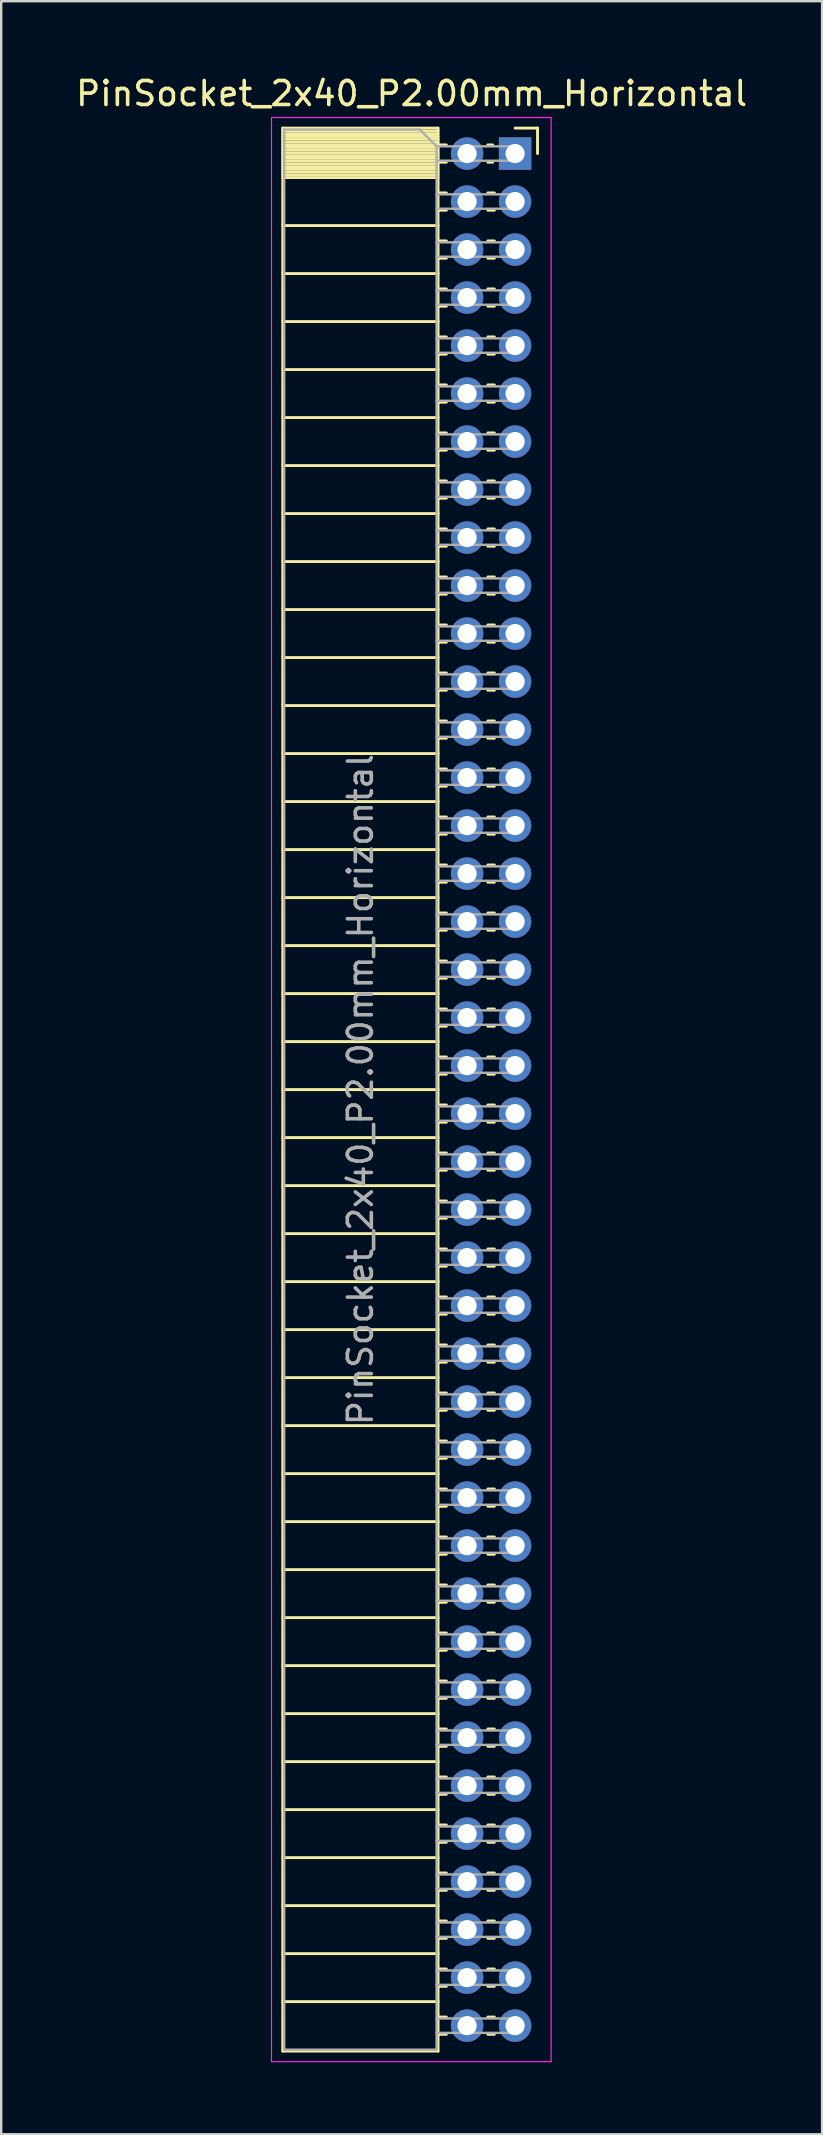
<source format=kicad_pcb>
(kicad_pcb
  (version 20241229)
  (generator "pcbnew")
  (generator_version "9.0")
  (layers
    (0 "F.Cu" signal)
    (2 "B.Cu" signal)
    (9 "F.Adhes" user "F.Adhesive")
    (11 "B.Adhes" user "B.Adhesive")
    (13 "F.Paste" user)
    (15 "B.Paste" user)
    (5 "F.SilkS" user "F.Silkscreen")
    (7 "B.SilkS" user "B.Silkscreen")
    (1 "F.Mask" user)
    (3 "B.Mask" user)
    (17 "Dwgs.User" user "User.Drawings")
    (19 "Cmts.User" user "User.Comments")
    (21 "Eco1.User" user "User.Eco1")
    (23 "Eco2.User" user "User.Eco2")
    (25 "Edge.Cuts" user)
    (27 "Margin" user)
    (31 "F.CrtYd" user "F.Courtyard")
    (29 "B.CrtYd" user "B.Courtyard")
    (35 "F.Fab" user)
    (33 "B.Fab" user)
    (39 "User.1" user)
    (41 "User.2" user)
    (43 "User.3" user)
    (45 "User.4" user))
  (footprint "PinSocket_2x40_P2.00mm_Horizontal"
    (layer "F.Cu")
    (at 18.411 3.348)
    (property "Reference" "PinSocket_2x40_P2.00mm_Horizontal" (at -4.31 -2.5 0) (layer "F.SilkS") (effects (font (size 1 1) (thickness 0.15))))
    (attr through_hole)
    (fp_line (start -9.68 -1.06) (end -9.68 79.06) (stroke (width 0.12) (type solid)) (layer "F.SilkS"))
    (fp_line (start -9.68 -1.06) (end -3.21 -1.06) (stroke (width 0.12) (type solid)) (layer "F.SilkS"))
    (fp_line (start -9.68 -0.94) (end -3.21 -0.94) (stroke (width 0.12) (type solid)) (layer "F.SilkS"))
    (fp_line (start -9.68 -0.826) (end -3.21 -0.826) (stroke (width 0.12) (type solid)) (layer "F.SilkS"))
    (fp_line (start -9.68 -0.712) (end -3.21 -0.712) (stroke (width 0.12) (type solid)) (layer "F.SilkS"))
    (fp_line (start -9.68 -0.598) (end -3.21 -0.598) (stroke (width 0.12) (type solid)) (layer "F.SilkS"))
    (fp_line (start -9.68 -0.484) (end -3.21 -0.484) (stroke (width 0.12) (type solid)) (layer "F.SilkS"))
    (fp_line (start -9.68 -0.369) (end -3.21 -0.369) (stroke (width 0.12) (type solid)) (layer "F.SilkS"))
    (fp_line (start -9.68 -0.255) (end -3.21 -0.255) (stroke (width 0.12) (type solid)) (layer "F.SilkS"))
    (fp_line (start -9.68 -0.141) (end -3.21 -0.141) (stroke (width 0.12) (type solid)) (layer "F.SilkS"))
    (fp_line (start -9.68 -0.027) (end -3.21 -0.027) (stroke (width 0.12) (type solid)) (layer "F.SilkS"))
    (fp_line (start -9.68 0.087) (end -3.21 0.087) (stroke (width 0.12) (type solid)) (layer "F.SilkS"))
    (fp_line (start -9.68 0.201) (end -3.21 0.201) (stroke (width 0.12) (type solid)) (layer "F.SilkS"))
    (fp_line (start -9.68 0.315) (end -3.21 0.315) (stroke (width 0.12) (type solid)) (layer "F.SilkS"))
    (fp_line (start -9.68 0.429) (end -3.21 0.429) (stroke (width 0.12) (type solid)) (layer "F.SilkS"))
    (fp_line (start -9.68 0.544) (end -3.21 0.544) (stroke (width 0.12) (type solid)) (layer "F.SilkS"))
    (fp_line (start -9.68 0.658) (end -3.21 0.658) (stroke (width 0.12) (type solid)) (layer "F.SilkS"))
    (fp_line (start -9.68 0.772) (end -3.21 0.772) (stroke (width 0.12) (type solid)) (layer "F.SilkS"))
    (fp_line (start -9.68 0.886) (end -3.21 0.886) (stroke (width 0.12) (type solid)) (layer "F.SilkS"))
    (fp_line (start -9.68 1) (end -3.21 1) (stroke (width 0.12) (type solid)) (layer "F.SilkS"))
    (fp_line (start -9.68 3) (end -3.21 3) (stroke (width 0.12) (type solid)) (layer "F.SilkS"))
    (fp_line (start -9.68 5) (end -3.21 5) (stroke (width 0.12) (type solid)) (layer "F.SilkS"))
    (fp_line (start -9.68 7) (end -3.21 7) (stroke (width 0.12) (type solid)) (layer "F.SilkS"))
    (fp_line (start -9.68 9) (end -3.21 9) (stroke (width 0.12) (type solid)) (layer "F.SilkS"))
    (fp_line (start -9.68 11) (end -3.21 11) (stroke (width 0.12) (type solid)) (layer "F.SilkS"))
    (fp_line (start -9.68 13) (end -3.21 13) (stroke (width 0.12) (type solid)) (layer "F.SilkS"))
    (fp_line (start -9.68 15) (end -3.21 15) (stroke (width 0.12) (type solid)) (layer "F.SilkS"))
    (fp_line (start -9.68 17) (end -3.21 17) (stroke (width 0.12) (type solid)) (layer "F.SilkS"))
    (fp_line (start -9.68 19) (end -3.21 19) (stroke (width 0.12) (type solid)) (layer "F.SilkS"))
    (fp_line (start -9.68 21) (end -3.21 21) (stroke (width 0.12) (type solid)) (layer "F.SilkS"))
    (fp_line (start -9.68 23) (end -3.21 23) (stroke (width 0.12) (type solid)) (layer "F.SilkS"))
    (fp_line (start -9.68 25) (end -3.21 25) (stroke (width 0.12) (type solid)) (layer "F.SilkS"))
    (fp_line (start -9.68 27) (end -3.21 27) (stroke (width 0.12) (type solid)) (layer "F.SilkS"))
    (fp_line (start -9.68 29) (end -3.21 29) (stroke (width 0.12) (type solid)) (layer "F.SilkS"))
    (fp_line (start -9.68 31) (end -3.21 31) (stroke (width 0.12) (type solid)) (layer "F.SilkS"))
    (fp_line (start -9.68 33) (end -3.21 33) (stroke (width 0.12) (type solid)) (layer "F.SilkS"))
    (fp_line (start -9.68 35) (end -3.21 35) (stroke (width 0.12) (type solid)) (layer "F.SilkS"))
    (fp_line (start -9.68 37) (end -3.21 37) (stroke (width 0.12) (type solid)) (layer "F.SilkS"))
    (fp_line (start -9.68 39) (end -3.21 39) (stroke (width 0.12) (type solid)) (layer "F.SilkS"))
    (fp_line (start -9.68 41) (end -3.21 41) (stroke (width 0.12) (type solid)) (layer "F.SilkS"))
    (fp_line (start -9.68 43) (end -3.21 43) (stroke (width 0.12) (type solid)) (layer "F.SilkS"))
    (fp_line (start -9.68 45) (end -3.21 45) (stroke (width 0.12) (type solid)) (layer "F.SilkS"))
    (fp_line (start -9.68 47) (end -3.21 47) (stroke (width 0.12) (type solid)) (layer "F.SilkS"))
    (fp_line (start -9.68 49) (end -3.21 49) (stroke (width 0.12) (type solid)) (layer "F.SilkS"))
    (fp_line (start -9.68 51) (end -3.21 51) (stroke (width 0.12) (type solid)) (layer "F.SilkS"))
    (fp_line (start -9.68 53) (end -3.21 53) (stroke (width 0.12) (type solid)) (layer "F.SilkS"))
    (fp_line (start -9.68 55) (end -3.21 55) (stroke (width 0.12) (type solid)) (layer "F.SilkS"))
    (fp_line (start -9.68 57) (end -3.21 57) (stroke (width 0.12) (type solid)) (layer "F.SilkS"))
    (fp_line (start -9.68 59) (end -3.21 59) (stroke (width 0.12) (type solid)) (layer "F.SilkS"))
    (fp_line (start -9.68 61) (end -3.21 61) (stroke (width 0.12) (type solid)) (layer "F.SilkS"))
    (fp_line (start -9.68 63) (end -3.21 63) (stroke (width 0.12) (type solid)) (layer "F.SilkS"))
    (fp_line (start -9.68 65) (end -3.21 65) (stroke (width 0.12) (type solid)) (layer "F.SilkS"))
    (fp_line (start -9.68 67) (end -3.21 67) (stroke (width 0.12) (type solid)) (layer "F.SilkS"))
    (fp_line (start -9.68 69) (end -3.21 69) (stroke (width 0.12) (type solid)) (layer "F.SilkS"))
    (fp_line (start -9.68 71) (end -3.21 71) (stroke (width 0.12) (type solid)) (layer "F.SilkS"))
    (fp_line (start -9.68 73) (end -3.21 73) (stroke (width 0.12) (type solid)) (layer "F.SilkS"))
    (fp_line (start -9.68 75) (end -3.21 75) (stroke (width 0.12) (type solid)) (layer "F.SilkS"))
    (fp_line (start -9.68 77) (end -3.21 77) (stroke (width 0.12) (type solid)) (layer "F.SilkS"))
    (fp_line (start -9.68 79.06) (end -3.21 79.06) (stroke (width 0.12) (type solid)) (layer "F.SilkS"))
    (fp_line (start -3.21 -1.06) (end -3.21 79.06) (stroke (width 0.12) (type solid)) (layer "F.SilkS"))
    (fp_line (start -3.21 -0.36) (end -2.863 -0.36) (stroke (width 0.12) (type solid)) (layer "F.SilkS"))
    (fp_line (start -3.21 0.36) (end -2.863 0.36) (stroke (width 0.12) (type solid)) (layer "F.SilkS"))
    (fp_line (start -3.21 1.64) (end -2.863 1.64) (stroke (width 0.12) (type solid)) (layer "F.SilkS"))
    (fp_line (start -3.21 2.36) (end -2.863 2.36) (stroke (width 0.12) (type solid)) (layer "F.SilkS"))
    (fp_line (start -3.21 3.64) (end -2.863 3.64) (stroke (width 0.12) (type solid)) (layer "F.SilkS"))
    (fp_line (start -3.21 4.36) (end -2.863 4.36) (stroke (width 0.12) (type solid)) (layer "F.SilkS"))
    (fp_line (start -3.21 5.64) (end -2.863 5.64) (stroke (width 0.12) (type solid)) (layer "F.SilkS"))
    (fp_line (start -3.21 6.36) (end -2.863 6.36) (stroke (width 0.12) (type solid)) (layer "F.SilkS"))
    (fp_line (start -3.21 7.64) (end -2.863 7.64) (stroke (width 0.12) (type solid)) (layer "F.SilkS"))
    (fp_line (start -3.21 8.36) (end -2.863 8.36) (stroke (width 0.12) (type solid)) (layer "F.SilkS"))
    (fp_line (start -3.21 9.64) (end -2.863 9.64) (stroke (width 0.12) (type solid)) (layer "F.SilkS"))
    (fp_line (start -3.21 10.36) (end -2.863 10.36) (stroke (width 0.12) (type solid)) (layer "F.SilkS"))
    (fp_line (start -3.21 11.64) (end -2.863 11.64) (stroke (width 0.12) (type solid)) (layer "F.SilkS"))
    (fp_line (start -3.21 12.36) (end -2.863 12.36) (stroke (width 0.12) (type solid)) (layer "F.SilkS"))
    (fp_line (start -3.21 13.64) (end -2.863 13.64) (stroke (width 0.12) (type solid)) (layer "F.SilkS"))
    (fp_line (start -3.21 14.36) (end -2.863 14.36) (stroke (width 0.12) (type solid)) (layer "F.SilkS"))
    (fp_line (start -3.21 15.64) (end -2.863 15.64) (stroke (width 0.12) (type solid)) (layer "F.SilkS"))
    (fp_line (start -3.21 16.36) (end -2.863 16.36) (stroke (width 0.12) (type solid)) (layer "F.SilkS"))
    (fp_line (start -3.21 17.64) (end -2.863 17.64) (stroke (width 0.12) (type solid)) (layer "F.SilkS"))
    (fp_line (start -3.21 18.36) (end -2.863 18.36) (stroke (width 0.12) (type solid)) (layer "F.SilkS"))
    (fp_line (start -3.21 19.64) (end -2.863 19.64) (stroke (width 0.12) (type solid)) (layer "F.SilkS"))
    (fp_line (start -3.21 20.36) (end -2.863 20.36) (stroke (width 0.12) (type solid)) (layer "F.SilkS"))
    (fp_line (start -3.21 21.64) (end -2.863 21.64) (stroke (width 0.12) (type solid)) (layer "F.SilkS"))
    (fp_line (start -3.21 22.36) (end -2.863 22.36) (stroke (width 0.12) (type solid)) (layer "F.SilkS"))
    (fp_line (start -3.21 23.64) (end -2.863 23.64) (stroke (width 0.12) (type solid)) (layer "F.SilkS"))
    (fp_line (start -3.21 24.36) (end -2.863 24.36) (stroke (width 0.12) (type solid)) (layer "F.SilkS"))
    (fp_line (start -3.21 25.64) (end -2.863 25.64) (stroke (width 0.12) (type solid)) (layer "F.SilkS"))
    (fp_line (start -3.21 26.36) (end -2.863 26.36) (stroke (width 0.12) (type solid)) (layer "F.SilkS"))
    (fp_line (start -3.21 27.64) (end -2.863 27.64) (stroke (width 0.12) (type solid)) (layer "F.SilkS"))
    (fp_line (start -3.21 28.36) (end -2.863 28.36) (stroke (width 0.12) (type solid)) (layer "F.SilkS"))
    (fp_line (start -3.21 29.64) (end -2.863 29.64) (stroke (width 0.12) (type solid)) (layer "F.SilkS"))
    (fp_line (start -3.21 30.36) (end -2.863 30.36) (stroke (width 0.12) (type solid)) (layer "F.SilkS"))
    (fp_line (start -3.21 31.64) (end -2.863 31.64) (stroke (width 0.12) (type solid)) (layer "F.SilkS"))
    (fp_line (start -3.21 32.36) (end -2.863 32.36) (stroke (width 0.12) (type solid)) (layer "F.SilkS"))
    (fp_line (start -3.21 33.64) (end -2.863 33.64) (stroke (width 0.12) (type solid)) (layer "F.SilkS"))
    (fp_line (start -3.21 34.36) (end -2.863 34.36) (stroke (width 0.12) (type solid)) (layer "F.SilkS"))
    (fp_line (start -3.21 35.64) (end -2.863 35.64) (stroke (width 0.12) (type solid)) (layer "F.SilkS"))
    (fp_line (start -3.21 36.36) (end -2.863 36.36) (stroke (width 0.12) (type solid)) (layer "F.SilkS"))
    (fp_line (start -3.21 37.64) (end -2.863 37.64) (stroke (width 0.12) (type solid)) (layer "F.SilkS"))
    (fp_line (start -3.21 38.36) (end -2.863 38.36) (stroke (width 0.12) (type solid)) (layer "F.SilkS"))
    (fp_line (start -3.21 39.64) (end -2.863 39.64) (stroke (width 0.12) (type solid)) (layer "F.SilkS"))
    (fp_line (start -3.21 40.36) (end -2.863 40.36) (stroke (width 0.12) (type solid)) (layer "F.SilkS"))
    (fp_line (start -3.21 41.64) (end -2.863 41.64) (stroke (width 0.12) (type solid)) (layer "F.SilkS"))
    (fp_line (start -3.21 42.36) (end -2.863 42.36) (stroke (width 0.12) (type solid)) (layer "F.SilkS"))
    (fp_line (start -3.21 43.64) (end -2.863 43.64) (stroke (width 0.12) (type solid)) (layer "F.SilkS"))
    (fp_line (start -3.21 44.36) (end -2.863 44.36) (stroke (width 0.12) (type solid)) (layer "F.SilkS"))
    (fp_line (start -3.21 45.64) (end -2.863 45.64) (stroke (width 0.12) (type solid)) (layer "F.SilkS"))
    (fp_line (start -3.21 46.36) (end -2.863 46.36) (stroke (width 0.12) (type solid)) (layer "F.SilkS"))
    (fp_line (start -3.21 47.64) (end -2.863 47.64) (stroke (width 0.12) (type solid)) (layer "F.SilkS"))
    (fp_line (start -3.21 48.36) (end -2.863 48.36) (stroke (width 0.12) (type solid)) (layer "F.SilkS"))
    (fp_line (start -3.21 49.64) (end -2.863 49.64) (stroke (width 0.12) (type solid)) (layer "F.SilkS"))
    (fp_line (start -3.21 50.36) (end -2.863 50.36) (stroke (width 0.12) (type solid)) (layer "F.SilkS"))
    (fp_line (start -3.21 51.64) (end -2.863 51.64) (stroke (width 0.12) (type solid)) (layer "F.SilkS"))
    (fp_line (start -3.21 52.36) (end -2.863 52.36) (stroke (width 0.12) (type solid)) (layer "F.SilkS"))
    (fp_line (start -3.21 53.64) (end -2.863 53.64) (stroke (width 0.12) (type solid)) (layer "F.SilkS"))
    (fp_line (start -3.21 54.36) (end -2.863 54.36) (stroke (width 0.12) (type solid)) (layer "F.SilkS"))
    (fp_line (start -3.21 55.64) (end -2.863 55.64) (stroke (width 0.12) (type solid)) (layer "F.SilkS"))
    (fp_line (start -3.21 56.36) (end -2.863 56.36) (stroke (width 0.12) (type solid)) (layer "F.SilkS"))
    (fp_line (start -3.21 57.64) (end -2.863 57.64) (stroke (width 0.12) (type solid)) (layer "F.SilkS"))
    (fp_line (start -3.21 58.36) (end -2.863 58.36) (stroke (width 0.12) (type solid)) (layer "F.SilkS"))
    (fp_line (start -3.21 59.64) (end -2.863 59.64) (stroke (width 0.12) (type solid)) (layer "F.SilkS"))
    (fp_line (start -3.21 60.36) (end -2.863 60.36) (stroke (width 0.12) (type solid)) (layer "F.SilkS"))
    (fp_line (start -3.21 61.64) (end -2.863 61.64) (stroke (width 0.12) (type solid)) (layer "F.SilkS"))
    (fp_line (start -3.21 62.36) (end -2.863 62.36) (stroke (width 0.12) (type solid)) (layer "F.SilkS"))
    (fp_line (start -3.21 63.64) (end -2.863 63.64) (stroke (width 0.12) (type solid)) (layer "F.SilkS"))
    (fp_line (start -3.21 64.36) (end -2.863 64.36) (stroke (width 0.12) (type solid)) (layer "F.SilkS"))
    (fp_line (start -3.21 65.64) (end -2.863 65.64) (stroke (width 0.12) (type solid)) (layer "F.SilkS"))
    (fp_line (start -3.21 66.36) (end -2.863 66.36) (stroke (width 0.12) (type solid)) (layer "F.SilkS"))
    (fp_line (start -3.21 67.64) (end -2.863 67.64) (stroke (width 0.12) (type solid)) (layer "F.SilkS"))
    (fp_line (start -3.21 68.36) (end -2.863 68.36) (stroke (width 0.12) (type solid)) (layer "F.SilkS"))
    (fp_line (start -3.21 69.64) (end -2.863 69.64) (stroke (width 0.12) (type solid)) (layer "F.SilkS"))
    (fp_line (start -3.21 70.36) (end -2.863 70.36) (stroke (width 0.12) (type solid)) (layer "F.SilkS"))
    (fp_line (start -3.21 71.64) (end -2.863 71.64) (stroke (width 0.12) (type solid)) (layer "F.SilkS"))
    (fp_line (start -3.21 72.36) (end -2.863 72.36) (stroke (width 0.12) (type solid)) (layer "F.SilkS"))
    (fp_line (start -3.21 73.64) (end -2.863 73.64) (stroke (width 0.12) (type solid)) (layer "F.SilkS"))
    (fp_line (start -3.21 74.36) (end -2.863 74.36) (stroke (width 0.12) (type solid)) (layer "F.SilkS"))
    (fp_line (start -3.21 75.64) (end -2.863 75.64) (stroke (width 0.12) (type solid)) (layer "F.SilkS"))
    (fp_line (start -3.21 76.36) (end -2.863 76.36) (stroke (width 0.12) (type solid)) (layer "F.SilkS"))
    (fp_line (start -3.21 77.64) (end -2.863 77.64) (stroke (width 0.12) (type solid)) (layer "F.SilkS"))
    (fp_line (start -3.21 78.36) (end -2.863 78.36) (stroke (width 0.12) (type solid)) (layer "F.SilkS"))
    (fp_line (start -1.137 -0.36) (end -0.935 -0.36) (stroke (width 0.12) (type solid)) (layer "F.SilkS"))
    (fp_line (start -1.137 0.36) (end -0.935 0.36) (stroke (width 0.12) (type solid)) (layer "F.SilkS"))
    (fp_line (start -1.137 1.64) (end -0.863 1.64) (stroke (width 0.12) (type solid)) (layer "F.SilkS"))
    (fp_line (start -1.137 2.36) (end -0.863 2.36) (stroke (width 0.12) (type solid)) (layer "F.SilkS"))
    (fp_line (start -1.137 3.64) (end -0.863 3.64) (stroke (width 0.12) (type solid)) (layer "F.SilkS"))
    (fp_line (start -1.137 4.36) (end -0.863 4.36) (stroke (width 0.12) (type solid)) (layer "F.SilkS"))
    (fp_line (start -1.137 5.64) (end -0.863 5.64) (stroke (width 0.12) (type solid)) (layer "F.SilkS"))
    (fp_line (start -1.137 6.36) (end -0.863 6.36) (stroke (width 0.12) (type solid)) (layer "F.SilkS"))
    (fp_line (start -1.137 7.64) (end -0.863 7.64) (stroke (width 0.12) (type solid)) (layer "F.SilkS"))
    (fp_line (start -1.137 8.36) (end -0.863 8.36) (stroke (width 0.12) (type solid)) (layer "F.SilkS"))
    (fp_line (start -1.137 9.64) (end -0.863 9.64) (stroke (width 0.12) (type solid)) (layer "F.SilkS"))
    (fp_line (start -1.137 10.36) (end -0.863 10.36) (stroke (width 0.12) (type solid)) (layer "F.SilkS"))
    (fp_line (start -1.137 11.64) (end -0.863 11.64) (stroke (width 0.12) (type solid)) (layer "F.SilkS"))
    (fp_line (start -1.137 12.36) (end -0.863 12.36) (stroke (width 0.12) (type solid)) (layer "F.SilkS"))
    (fp_line (start -1.137 13.64) (end -0.863 13.64) (stroke (width 0.12) (type solid)) (layer "F.SilkS"))
    (fp_line (start -1.137 14.36) (end -0.863 14.36) (stroke (width 0.12) (type solid)) (layer "F.SilkS"))
    (fp_line (start -1.137 15.64) (end -0.863 15.64) (stroke (width 0.12) (type solid)) (layer "F.SilkS"))
    (fp_line (start -1.137 16.36) (end -0.863 16.36) (stroke (width 0.12) (type solid)) (layer "F.SilkS"))
    (fp_line (start -1.137 17.64) (end -0.863 17.64) (stroke (width 0.12) (type solid)) (layer "F.SilkS"))
    (fp_line (start -1.137 18.36) (end -0.863 18.36) (stroke (width 0.12) (type solid)) (layer "F.SilkS"))
    (fp_line (start -1.137 19.64) (end -0.863 19.64) (stroke (width 0.12) (type solid)) (layer "F.SilkS"))
    (fp_line (start -1.137 20.36) (end -0.863 20.36) (stroke (width 0.12) (type solid)) (layer "F.SilkS"))
    (fp_line (start -1.137 21.64) (end -0.863 21.64) (stroke (width 0.12) (type solid)) (layer "F.SilkS"))
    (fp_line (start -1.137 22.36) (end -0.863 22.36) (stroke (width 0.12) (type solid)) (layer "F.SilkS"))
    (fp_line (start -1.137 23.64) (end -0.863 23.64) (stroke (width 0.12) (type solid)) (layer "F.SilkS"))
    (fp_line (start -1.137 24.36) (end -0.863 24.36) (stroke (width 0.12) (type solid)) (layer "F.SilkS"))
    (fp_line (start -1.137 25.64) (end -0.863 25.64) (stroke (width 0.12) (type solid)) (layer "F.SilkS"))
    (fp_line (start -1.137 26.36) (end -0.863 26.36) (stroke (width 0.12) (type solid)) (layer "F.SilkS"))
    (fp_line (start -1.137 27.64) (end -0.863 27.64) (stroke (width 0.12) (type solid)) (layer "F.SilkS"))
    (fp_line (start -1.137 28.36) (end -0.863 28.36) (stroke (width 0.12) (type solid)) (layer "F.SilkS"))
    (fp_line (start -1.137 29.64) (end -0.863 29.64) (stroke (width 0.12) (type solid)) (layer "F.SilkS"))
    (fp_line (start -1.137 30.36) (end -0.863 30.36) (stroke (width 0.12) (type solid)) (layer "F.SilkS"))
    (fp_line (start -1.137 31.64) (end -0.863 31.64) (stroke (width 0.12) (type solid)) (layer "F.SilkS"))
    (fp_line (start -1.137 32.36) (end -0.863 32.36) (stroke (width 0.12) (type solid)) (layer "F.SilkS"))
    (fp_line (start -1.137 33.64) (end -0.863 33.64) (stroke (width 0.12) (type solid)) (layer "F.SilkS"))
    (fp_line (start -1.137 34.36) (end -0.863 34.36) (stroke (width 0.12) (type solid)) (layer "F.SilkS"))
    (fp_line (start -1.137 35.64) (end -0.863 35.64) (stroke (width 0.12) (type solid)) (layer "F.SilkS"))
    (fp_line (start -1.137 36.36) (end -0.863 36.36) (stroke (width 0.12) (type solid)) (layer "F.SilkS"))
    (fp_line (start -1.137 37.64) (end -0.863 37.64) (stroke (width 0.12) (type solid)) (layer "F.SilkS"))
    (fp_line (start -1.137 38.36) (end -0.863 38.36) (stroke (width 0.12) (type solid)) (layer "F.SilkS"))
    (fp_line (start -1.137 39.64) (end -0.863 39.64) (stroke (width 0.12) (type solid)) (layer "F.SilkS"))
    (fp_line (start -1.137 40.36) (end -0.863 40.36) (stroke (width 0.12) (type solid)) (layer "F.SilkS"))
    (fp_line (start -1.137 41.64) (end -0.863 41.64) (stroke (width 0.12) (type solid)) (layer "F.SilkS"))
    (fp_line (start -1.137 42.36) (end -0.863 42.36) (stroke (width 0.12) (type solid)) (layer "F.SilkS"))
    (fp_line (start -1.137 43.64) (end -0.863 43.64) (stroke (width 0.12) (type solid)) (layer "F.SilkS"))
    (fp_line (start -1.137 44.36) (end -0.863 44.36) (stroke (width 0.12) (type solid)) (layer "F.SilkS"))
    (fp_line (start -1.137 45.64) (end -0.863 45.64) (stroke (width 0.12) (type solid)) (layer "F.SilkS"))
    (fp_line (start -1.137 46.36) (end -0.863 46.36) (stroke (width 0.12) (type solid)) (layer "F.SilkS"))
    (fp_line (start -1.137 47.64) (end -0.863 47.64) (stroke (width 0.12) (type solid)) (layer "F.SilkS"))
    (fp_line (start -1.137 48.36) (end -0.863 48.36) (stroke (width 0.12) (type solid)) (layer "F.SilkS"))
    (fp_line (start -1.137 49.64) (end -0.863 49.64) (stroke (width 0.12) (type solid)) (layer "F.SilkS"))
    (fp_line (start -1.137 50.36) (end -0.863 50.36) (stroke (width 0.12) (type solid)) (layer "F.SilkS"))
    (fp_line (start -1.137 51.64) (end -0.863 51.64) (stroke (width 0.12) (type solid)) (layer "F.SilkS"))
    (fp_line (start -1.137 52.36) (end -0.863 52.36) (stroke (width 0.12) (type solid)) (layer "F.SilkS"))
    (fp_line (start -1.137 53.64) (end -0.863 53.64) (stroke (width 0.12) (type solid)) (layer "F.SilkS"))
    (fp_line (start -1.137 54.36) (end -0.863 54.36) (stroke (width 0.12) (type solid)) (layer "F.SilkS"))
    (fp_line (start -1.137 55.64) (end -0.863 55.64) (stroke (width 0.12) (type solid)) (layer "F.SilkS"))
    (fp_line (start -1.137 56.36) (end -0.863 56.36) (stroke (width 0.12) (type solid)) (layer "F.SilkS"))
    (fp_line (start -1.137 57.64) (end -0.863 57.64) (stroke (width 0.12) (type solid)) (layer "F.SilkS"))
    (fp_line (start -1.137 58.36) (end -0.863 58.36) (stroke (width 0.12) (type solid)) (layer "F.SilkS"))
    (fp_line (start -1.137 59.64) (end -0.863 59.64) (stroke (width 0.12) (type solid)) (layer "F.SilkS"))
    (fp_line (start -1.137 60.36) (end -0.863 60.36) (stroke (width 0.12) (type solid)) (layer "F.SilkS"))
    (fp_line (start -1.137 61.64) (end -0.863 61.64) (stroke (width 0.12) (type solid)) (layer "F.SilkS"))
    (fp_line (start -1.137 62.36) (end -0.863 62.36) (stroke (width 0.12) (type solid)) (layer "F.SilkS"))
    (fp_line (start -1.137 63.64) (end -0.863 63.64) (stroke (width 0.12) (type solid)) (layer "F.SilkS"))
    (fp_line (start -1.137 64.36) (end -0.863 64.36) (stroke (width 0.12) (type solid)) (layer "F.SilkS"))
    (fp_line (start -1.137 65.64) (end -0.863 65.64) (stroke (width 0.12) (type solid)) (layer "F.SilkS"))
    (fp_line (start -1.137 66.36) (end -0.863 66.36) (stroke (width 0.12) (type solid)) (layer "F.SilkS"))
    (fp_line (start -1.137 67.64) (end -0.863 67.64) (stroke (width 0.12) (type solid)) (layer "F.SilkS"))
    (fp_line (start -1.137 68.36) (end -0.863 68.36) (stroke (width 0.12) (type solid)) (layer "F.SilkS"))
    (fp_line (start -1.137 69.64) (end -0.863 69.64) (stroke (width 0.12) (type solid)) (layer "F.SilkS"))
    (fp_line (start -1.137 70.36) (end -0.863 70.36) (stroke (width 0.12) (type solid)) (layer "F.SilkS"))
    (fp_line (start -1.137 71.64) (end -0.863 71.64) (stroke (width 0.12) (type solid)) (layer "F.SilkS"))
    (fp_line (start -1.137 72.36) (end -0.863 72.36) (stroke (width 0.12) (type solid)) (layer "F.SilkS"))
    (fp_line (start -1.137 73.64) (end -0.863 73.64) (stroke (width 0.12) (type solid)) (layer "F.SilkS"))
    (fp_line (start -1.137 74.36) (end -0.863 74.36) (stroke (width 0.12) (type solid)) (layer "F.SilkS"))
    (fp_line (start -1.137 75.64) (end -0.863 75.64) (stroke (width 0.12) (type solid)) (layer "F.SilkS"))
    (fp_line (start -1.137 76.36) (end -0.863 76.36) (stroke (width 0.12) (type solid)) (layer "F.SilkS"))
    (fp_line (start -1.137 77.64) (end -0.863 77.64) (stroke (width 0.12) (type solid)) (layer "F.SilkS"))
    (fp_line (start -1.137 78.36) (end -0.863 78.36) (stroke (width 0.12) (type solid)) (layer "F.SilkS"))
    (fp_line (start 0 -1.06) (end 0.935 -1.06) (stroke (width 0.12) (type solid)) (layer "F.SilkS"))
    (fp_line (start 0.935 -1.06) (end 0.935 0) (stroke (width 0.12) (type solid)) (layer "F.SilkS"))
    (fp_line (start -10.15 -1.5) (end -10.15 79.5) (stroke (width 0.05) (type solid)) (layer "F.CrtYd"))
    (fp_line (start -10.15 79.5) (end 1.5 79.5) (stroke (width 0.05) (type solid)) (layer "F.CrtYd"))
    (fp_line (start 1.5 -1.5) (end -10.15 -1.5) (stroke (width 0.05) (type solid)) (layer "F.CrtYd"))
    (fp_line (start 1.5 79.5) (end 1.5 -1.5) (stroke (width 0.05) (type solid)) (layer "F.CrtYd"))
    (fp_line (start -9.62 -1) (end -3.97 -1) (stroke (width 0.1) (type solid)) (layer "F.Fab"))
    (fp_line (start -9.62 79) (end -9.62 -1) (stroke (width 0.1) (type solid)) (layer "F.Fab"))
    (fp_line (start -3.97 -1) (end -3.27 -0.3) (stroke (width 0.1) (type solid)) (layer "F.Fab"))
    (fp_line (start -3.27 -0.3) (end -3.27 79) (stroke (width 0.1) (type solid)) (layer "F.Fab"))
    (fp_line (start -3.27 0.3) (end 0 0.3) (stroke (width 0.1) (type solid)) (layer "F.Fab"))
    (fp_line (start -3.27 2.3) (end 0 2.3) (stroke (width 0.1) (type solid)) (layer "F.Fab"))
    (fp_line (start -3.27 4.3) (end 0 4.3) (stroke (width 0.1) (type solid)) (layer "F.Fab"))
    (fp_line (start -3.27 6.3) (end 0 6.3) (stroke (width 0.1) (type solid)) (layer "F.Fab"))
    (fp_line (start -3.27 8.3) (end 0 8.3) (stroke (width 0.1) (type solid)) (layer "F.Fab"))
    (fp_line (start -3.27 10.3) (end 0 10.3) (stroke (width 0.1) (type solid)) (layer "F.Fab"))
    (fp_line (start -3.27 12.3) (end 0 12.3) (stroke (width 0.1) (type solid)) (layer "F.Fab"))
    (fp_line (start -3.27 14.3) (end 0 14.3) (stroke (width 0.1) (type solid)) (layer "F.Fab"))
    (fp_line (start -3.27 16.3) (end 0 16.3) (stroke (width 0.1) (type solid)) (layer "F.Fab"))
    (fp_line (start -3.27 18.3) (end 0 18.3) (stroke (width 0.1) (type solid)) (layer "F.Fab"))
    (fp_line (start -3.27 20.3) (end 0 20.3) (stroke (width 0.1) (type solid)) (layer "F.Fab"))
    (fp_line (start -3.27 22.3) (end 0 22.3) (stroke (width 0.1) (type solid)) (layer "F.Fab"))
    (fp_line (start -3.27 24.3) (end 0 24.3) (stroke (width 0.1) (type solid)) (layer "F.Fab"))
    (fp_line (start -3.27 26.3) (end 0 26.3) (stroke (width 0.1) (type solid)) (layer "F.Fab"))
    (fp_line (start -3.27 28.3) (end 0 28.3) (stroke (width 0.1) (type solid)) (layer "F.Fab"))
    (fp_line (start -3.27 30.3) (end 0 30.3) (stroke (width 0.1) (type solid)) (layer "F.Fab"))
    (fp_line (start -3.27 32.3) (end 0 32.3) (stroke (width 0.1) (type solid)) (layer "F.Fab"))
    (fp_line (start -3.27 34.3) (end 0 34.3) (stroke (width 0.1) (type solid)) (layer "F.Fab"))
    (fp_line (start -3.27 36.3) (end 0 36.3) (stroke (width 0.1) (type solid)) (layer "F.Fab"))
    (fp_line (start -3.27 38.3) (end 0 38.3) (stroke (width 0.1) (type solid)) (layer "F.Fab"))
    (fp_line (start -3.27 40.3) (end 0 40.3) (stroke (width 0.1) (type solid)) (layer "F.Fab"))
    (fp_line (start -3.27 42.3) (end 0 42.3) (stroke (width 0.1) (type solid)) (layer "F.Fab"))
    (fp_line (start -3.27 44.3) (end 0 44.3) (stroke (width 0.1) (type solid)) (layer "F.Fab"))
    (fp_line (start -3.27 46.3) (end 0 46.3) (stroke (width 0.1) (type solid)) (layer "F.Fab"))
    (fp_line (start -3.27 48.3) (end 0 48.3) (stroke (width 0.1) (type solid)) (layer "F.Fab"))
    (fp_line (start -3.27 50.3) (end 0 50.3) (stroke (width 0.1) (type solid)) (layer "F.Fab"))
    (fp_line (start -3.27 52.3) (end 0 52.3) (stroke (width 0.1) (type solid)) (layer "F.Fab"))
    (fp_line (start -3.27 54.3) (end 0 54.3) (stroke (width 0.1) (type solid)) (layer "F.Fab"))
    (fp_line (start -3.27 56.3) (end 0 56.3) (stroke (width 0.1) (type solid)) (layer "F.Fab"))
    (fp_line (start -3.27 58.3) (end 0 58.3) (stroke (width 0.1) (type solid)) (layer "F.Fab"))
    (fp_line (start -3.27 60.3) (end 0 60.3) (stroke (width 0.1) (type solid)) (layer "F.Fab"))
    (fp_line (start -3.27 62.3) (end 0 62.3) (stroke (width 0.1) (type solid)) (layer "F.Fab"))
    (fp_line (start -3.27 64.3) (end 0 64.3) (stroke (width 0.1) (type solid)) (layer "F.Fab"))
    (fp_line (start -3.27 66.3) (end 0 66.3) (stroke (width 0.1) (type solid)) (layer "F.Fab"))
    (fp_line (start -3.27 68.3) (end 0 68.3) (stroke (width 0.1) (type solid)) (layer "F.Fab"))
    (fp_line (start -3.27 70.3) (end 0 70.3) (stroke (width 0.1) (type solid)) (layer "F.Fab"))
    (fp_line (start -3.27 72.3) (end 0 72.3) (stroke (width 0.1) (type solid)) (layer "F.Fab"))
    (fp_line (start -3.27 74.3) (end 0 74.3) (stroke (width 0.1) (type solid)) (layer "F.Fab"))
    (fp_line (start -3.27 76.3) (end 0 76.3) (stroke (width 0.1) (type solid)) (layer "F.Fab"))
    (fp_line (start -3.27 78.3) (end 0 78.3) (stroke (width 0.1) (type solid)) (layer "F.Fab"))
    (fp_line (start -3.27 79) (end -9.62 79) (stroke (width 0.1) (type solid)) (layer "F.Fab"))
    (fp_line (start 0 -0.3) (end -3.27 -0.3) (stroke (width 0.1) (type solid)) (layer "F.Fab"))
    (fp_line (start 0 0.3) (end 0 -0.3) (stroke (width 0.1) (type solid)) (layer "F.Fab"))
    (fp_line (start 0 1.7) (end -3.27 1.7) (stroke (width 0.1) (type solid)) (layer "F.Fab"))
    (fp_line (start 0 2.3) (end 0 1.7) (stroke (width 0.1) (type solid)) (layer "F.Fab"))
    (fp_line (start 0 3.7) (end -3.27 3.7) (stroke (width 0.1) (type solid)) (layer "F.Fab"))
    (fp_line (start 0 4.3) (end 0 3.7) (stroke (width 0.1) (type solid)) (layer "F.Fab"))
    (fp_line (start 0 5.7) (end -3.27 5.7) (stroke (width 0.1) (type solid)) (layer "F.Fab"))
    (fp_line (start 0 6.3) (end 0 5.7) (stroke (width 0.1) (type solid)) (layer "F.Fab"))
    (fp_line (start 0 7.7) (end -3.27 7.7) (stroke (width 0.1) (type solid)) (layer "F.Fab"))
    (fp_line (start 0 8.3) (end 0 7.7) (stroke (width 0.1) (type solid)) (layer "F.Fab"))
    (fp_line (start 0 9.7) (end -3.27 9.7) (stroke (width 0.1) (type solid)) (layer "F.Fab"))
    (fp_line (start 0 10.3) (end 0 9.7) (stroke (width 0.1) (type solid)) (layer "F.Fab"))
    (fp_line (start 0 11.7) (end -3.27 11.7) (stroke (width 0.1) (type solid)) (layer "F.Fab"))
    (fp_line (start 0 12.3) (end 0 11.7) (stroke (width 0.1) (type solid)) (layer "F.Fab"))
    (fp_line (start 0 13.7) (end -3.27 13.7) (stroke (width 0.1) (type solid)) (layer "F.Fab"))
    (fp_line (start 0 14.3) (end 0 13.7) (stroke (width 0.1) (type solid)) (layer "F.Fab"))
    (fp_line (start 0 15.7) (end -3.27 15.7) (stroke (width 0.1) (type solid)) (layer "F.Fab"))
    (fp_line (start 0 16.3) (end 0 15.7) (stroke (width 0.1) (type solid)) (layer "F.Fab"))
    (fp_line (start 0 17.7) (end -3.27 17.7) (stroke (width 0.1) (type solid)) (layer "F.Fab"))
    (fp_line (start 0 18.3) (end 0 17.7) (stroke (width 0.1) (type solid)) (layer "F.Fab"))
    (fp_line (start 0 19.7) (end -3.27 19.7) (stroke (width 0.1) (type solid)) (layer "F.Fab"))
    (fp_line (start 0 20.3) (end 0 19.7) (stroke (width 0.1) (type solid)) (layer "F.Fab"))
    (fp_line (start 0 21.7) (end -3.27 21.7) (stroke (width 0.1) (type solid)) (layer "F.Fab"))
    (fp_line (start 0 22.3) (end 0 21.7) (stroke (width 0.1) (type solid)) (layer "F.Fab"))
    (fp_line (start 0 23.7) (end -3.27 23.7) (stroke (width 0.1) (type solid)) (layer "F.Fab"))
    (fp_line (start 0 24.3) (end 0 23.7) (stroke (width 0.1) (type solid)) (layer "F.Fab"))
    (fp_line (start 0 25.7) (end -3.27 25.7) (stroke (width 0.1) (type solid)) (layer "F.Fab"))
    (fp_line (start 0 26.3) (end 0 25.7) (stroke (width 0.1) (type solid)) (layer "F.Fab"))
    (fp_line (start 0 27.7) (end -3.27 27.7) (stroke (width 0.1) (type solid)) (layer "F.Fab"))
    (fp_line (start 0 28.3) (end 0 27.7) (stroke (width 0.1) (type solid)) (layer "F.Fab"))
    (fp_line (start 0 29.7) (end -3.27 29.7) (stroke (width 0.1) (type solid)) (layer "F.Fab"))
    (fp_line (start 0 30.3) (end 0 29.7) (stroke (width 0.1) (type solid)) (layer "F.Fab"))
    (fp_line (start 0 31.7) (end -3.27 31.7) (stroke (width 0.1) (type solid)) (layer "F.Fab"))
    (fp_line (start 0 32.3) (end 0 31.7) (stroke (width 0.1) (type solid)) (layer "F.Fab"))
    (fp_line (start 0 33.7) (end -3.27 33.7) (stroke (width 0.1) (type solid)) (layer "F.Fab"))
    (fp_line (start 0 34.3) (end 0 33.7) (stroke (width 0.1) (type solid)) (layer "F.Fab"))
    (fp_line (start 0 35.7) (end -3.27 35.7) (stroke (width 0.1) (type solid)) (layer "F.Fab"))
    (fp_line (start 0 36.3) (end 0 35.7) (stroke (width 0.1) (type solid)) (layer "F.Fab"))
    (fp_line (start 0 37.7) (end -3.27 37.7) (stroke (width 0.1) (type solid)) (layer "F.Fab"))
    (fp_line (start 0 38.3) (end 0 37.7) (stroke (width 0.1) (type solid)) (layer "F.Fab"))
    (fp_line (start 0 39.7) (end -3.27 39.7) (stroke (width 0.1) (type solid)) (layer "F.Fab"))
    (fp_line (start 0 40.3) (end 0 39.7) (stroke (width 0.1) (type solid)) (layer "F.Fab"))
    (fp_line (start 0 41.7) (end -3.27 41.7) (stroke (width 0.1) (type solid)) (layer "F.Fab"))
    (fp_line (start 0 42.3) (end 0 41.7) (stroke (width 0.1) (type solid)) (layer "F.Fab"))
    (fp_line (start 0 43.7) (end -3.27 43.7) (stroke (width 0.1) (type solid)) (layer "F.Fab"))
    (fp_line (start 0 44.3) (end 0 43.7) (stroke (width 0.1) (type solid)) (layer "F.Fab"))
    (fp_line (start 0 45.7) (end -3.27 45.7) (stroke (width 0.1) (type solid)) (layer "F.Fab"))
    (fp_line (start 0 46.3) (end 0 45.7) (stroke (width 0.1) (type solid)) (layer "F.Fab"))
    (fp_line (start 0 47.7) (end -3.27 47.7) (stroke (width 0.1) (type solid)) (layer "F.Fab"))
    (fp_line (start 0 48.3) (end 0 47.7) (stroke (width 0.1) (type solid)) (layer "F.Fab"))
    (fp_line (start 0 49.7) (end -3.27 49.7) (stroke (width 0.1) (type solid)) (layer "F.Fab"))
    (fp_line (start 0 50.3) (end 0 49.7) (stroke (width 0.1) (type solid)) (layer "F.Fab"))
    (fp_line (start 0 51.7) (end -3.27 51.7) (stroke (width 0.1) (type solid)) (layer "F.Fab"))
    (fp_line (start 0 52.3) (end 0 51.7) (stroke (width 0.1) (type solid)) (layer "F.Fab"))
    (fp_line (start 0 53.7) (end -3.27 53.7) (stroke (width 0.1) (type solid)) (layer "F.Fab"))
    (fp_line (start 0 54.3) (end 0 53.7) (stroke (width 0.1) (type solid)) (layer "F.Fab"))
    (fp_line (start 0 55.7) (end -3.27 55.7) (stroke (width 0.1) (type solid)) (layer "F.Fab"))
    (fp_line (start 0 56.3) (end 0 55.7) (stroke (width 0.1) (type solid)) (layer "F.Fab"))
    (fp_line (start 0 57.7) (end -3.27 57.7) (stroke (width 0.1) (type solid)) (layer "F.Fab"))
    (fp_line (start 0 58.3) (end 0 57.7) (stroke (width 0.1) (type solid)) (layer "F.Fab"))
    (fp_line (start 0 59.7) (end -3.27 59.7) (stroke (width 0.1) (type solid)) (layer "F.Fab"))
    (fp_line (start 0 60.3) (end 0 59.7) (stroke (width 0.1) (type solid)) (layer "F.Fab"))
    (fp_line (start 0 61.7) (end -3.27 61.7) (stroke (width 0.1) (type solid)) (layer "F.Fab"))
    (fp_line (start 0 62.3) (end 0 61.7) (stroke (width 0.1) (type solid)) (layer "F.Fab"))
    (fp_line (start 0 63.7) (end -3.27 63.7) (stroke (width 0.1) (type solid)) (layer "F.Fab"))
    (fp_line (start 0 64.3) (end 0 63.7) (stroke (width 0.1) (type solid)) (layer "F.Fab"))
    (fp_line (start 0 65.7) (end -3.27 65.7) (stroke (width 0.1) (type solid)) (layer "F.Fab"))
    (fp_line (start 0 66.3) (end 0 65.7) (stroke (width 0.1) (type solid)) (layer "F.Fab"))
    (fp_line (start 0 67.7) (end -3.27 67.7) (stroke (width 0.1) (type solid)) (layer "F.Fab"))
    (fp_line (start 0 68.3) (end 0 67.7) (stroke (width 0.1) (type solid)) (layer "F.Fab"))
    (fp_line (start 0 69.7) (end -3.27 69.7) (stroke (width 0.1) (type solid)) (layer "F.Fab"))
    (fp_line (start 0 70.3) (end 0 69.7) (stroke (width 0.1) (type solid)) (layer "F.Fab"))
    (fp_line (start 0 71.7) (end -3.27 71.7) (stroke (width 0.1) (type solid)) (layer "F.Fab"))
    (fp_line (start 0 72.3) (end 0 71.7) (stroke (width 0.1) (type solid)) (layer "F.Fab"))
    (fp_line (start 0 73.7) (end -3.27 73.7) (stroke (width 0.1) (type solid)) (layer "F.Fab"))
    (fp_line (start 0 74.3) (end 0 73.7) (stroke (width 0.1) (type solid)) (layer "F.Fab"))
    (fp_line (start 0 75.7) (end -3.27 75.7) (stroke (width 0.1) (type solid)) (layer "F.Fab"))
    (fp_line (start 0 76.3) (end 0 75.7) (stroke (width 0.1) (type solid)) (layer "F.Fab"))
    (fp_line (start 0 77.7) (end -3.27 77.7) (stroke (width 0.1) (type solid)) (layer "F.Fab"))
    (fp_line (start 0 78.3) (end 0 77.7) (stroke (width 0.1) (type solid)) (layer "F.Fab"))
    (fp_text user "${REFERENCE}" (at -6.445 39 90) (layer "F.Fab") (effects (font (size 1 1) (thickness 0.15))))
    (pad "1" thru_hole rect (at 0 0) (size 1.35 1.35) (drill 0.8) (layers "*.Cu" "*.Mask"))
    (pad "2" thru_hole oval (at -2 0) (size 1.35 1.35) (drill 0.8) (layers "*.Cu" "*.Mask"))
    (pad "3" thru_hole oval (at 0 2) (size 1.35 1.35) (drill 0.8) (layers "*.Cu" "*.Mask"))
    (pad "4" thru_hole oval (at -2 2) (size 1.35 1.35) (drill 0.8) (layers "*.Cu" "*.Mask"))
    (pad "5" thru_hole oval (at 0 4) (size 1.35 1.35) (drill 0.8) (layers "*.Cu" "*.Mask"))
    (pad "6" thru_hole oval (at -2 4) (size 1.35 1.35) (drill 0.8) (layers "*.Cu" "*.Mask"))
    (pad "7" thru_hole oval (at 0 6) (size 1.35 1.35) (drill 0.8) (layers "*.Cu" "*.Mask"))
    (pad "8" thru_hole oval (at -2 6) (size 1.35 1.35) (drill 0.8) (layers "*.Cu" "*.Mask"))
    (pad "9" thru_hole oval (at 0 8) (size 1.35 1.35) (drill 0.8) (layers "*.Cu" "*.Mask"))
    (pad "10" thru_hole oval (at -2 8) (size 1.35 1.35) (drill 0.8) (layers "*.Cu" "*.Mask"))
    (pad "11" thru_hole oval (at 0 10) (size 1.35 1.35) (drill 0.8) (layers "*.Cu" "*.Mask"))
    (pad "12" thru_hole oval (at -2 10) (size 1.35 1.35) (drill 0.8) (layers "*.Cu" "*.Mask"))
    (pad "13" thru_hole oval (at 0 12) (size 1.35 1.35) (drill 0.8) (layers "*.Cu" "*.Mask"))
    (pad "14" thru_hole oval (at -2 12) (size 1.35 1.35) (drill 0.8) (layers "*.Cu" "*.Mask"))
    (pad "15" thru_hole oval (at 0 14) (size 1.35 1.35) (drill 0.8) (layers "*.Cu" "*.Mask"))
    (pad "16" thru_hole oval (at -2 14) (size 1.35 1.35) (drill 0.8) (layers "*.Cu" "*.Mask"))
    (pad "17" thru_hole oval (at 0 16) (size 1.35 1.35) (drill 0.8) (layers "*.Cu" "*.Mask"))
    (pad "18" thru_hole oval (at -2 16) (size 1.35 1.35) (drill 0.8) (layers "*.Cu" "*.Mask"))
    (pad "19" thru_hole oval (at 0 18) (size 1.35 1.35) (drill 0.8) (layers "*.Cu" "*.Mask"))
    (pad "20" thru_hole oval (at -2 18) (size 1.35 1.35) (drill 0.8) (layers "*.Cu" "*.Mask"))
    (pad "21" thru_hole oval (at 0 20) (size 1.35 1.35) (drill 0.8) (layers "*.Cu" "*.Mask"))
    (pad "22" thru_hole oval (at -2 20) (size 1.35 1.35) (drill 0.8) (layers "*.Cu" "*.Mask"))
    (pad "23" thru_hole oval (at 0 22) (size 1.35 1.35) (drill 0.8) (layers "*.Cu" "*.Mask"))
    (pad "24" thru_hole oval (at -2 22) (size 1.35 1.35) (drill 0.8) (layers "*.Cu" "*.Mask"))
    (pad "25" thru_hole oval (at 0 24) (size 1.35 1.35) (drill 0.8) (layers "*.Cu" "*.Mask"))
    (pad "26" thru_hole oval (at -2 24) (size 1.35 1.35) (drill 0.8) (layers "*.Cu" "*.Mask"))
    (pad "27" thru_hole oval (at 0 26) (size 1.35 1.35) (drill 0.8) (layers "*.Cu" "*.Mask"))
    (pad "28" thru_hole oval (at -2 26) (size 1.35 1.35) (drill 0.8) (layers "*.Cu" "*.Mask"))
    (pad "29" thru_hole oval (at 0 28) (size 1.35 1.35) (drill 0.8) (layers "*.Cu" "*.Mask"))
    (pad "30" thru_hole oval (at -2 28) (size 1.35 1.35) (drill 0.8) (layers "*.Cu" "*.Mask"))
    (pad "31" thru_hole oval (at 0 30) (size 1.35 1.35) (drill 0.8) (layers "*.Cu" "*.Mask"))
    (pad "32" thru_hole oval (at -2 30) (size 1.35 1.35) (drill 0.8) (layers "*.Cu" "*.Mask"))
    (pad "33" thru_hole oval (at 0 32) (size 1.35 1.35) (drill 0.8) (layers "*.Cu" "*.Mask"))
    (pad "34" thru_hole oval (at -2 32) (size 1.35 1.35) (drill 0.8) (layers "*.Cu" "*.Mask"))
    (pad "35" thru_hole oval (at 0 34) (size 1.35 1.35) (drill 0.8) (layers "*.Cu" "*.Mask"))
    (pad "36" thru_hole oval (at -2 34) (size 1.35 1.35) (drill 0.8) (layers "*.Cu" "*.Mask"))
    (pad "37" thru_hole oval (at 0 36) (size 1.35 1.35) (drill 0.8) (layers "*.Cu" "*.Mask"))
    (pad "38" thru_hole oval (at -2 36) (size 1.35 1.35) (drill 0.8) (layers "*.Cu" "*.Mask"))
    (pad "39" thru_hole oval (at 0 38) (size 1.35 1.35) (drill 0.8) (layers "*.Cu" "*.Mask"))
    (pad "40" thru_hole oval (at -2 38) (size 1.35 1.35) (drill 0.8) (layers "*.Cu" "*.Mask"))
    (pad "41" thru_hole oval (at 0 40) (size 1.35 1.35) (drill 0.8) (layers "*.Cu" "*.Mask"))
    (pad "42" thru_hole oval (at -2 40) (size 1.35 1.35) (drill 0.8) (layers "*.Cu" "*.Mask"))
    (pad "43" thru_hole oval (at 0 42) (size 1.35 1.35) (drill 0.8) (layers "*.Cu" "*.Mask"))
    (pad "44" thru_hole oval (at -2 42) (size 1.35 1.35) (drill 0.8) (layers "*.Cu" "*.Mask"))
    (pad "45" thru_hole oval (at 0 44) (size 1.35 1.35) (drill 0.8) (layers "*.Cu" "*.Mask"))
    (pad "46" thru_hole oval (at -2 44) (size 1.35 1.35) (drill 0.8) (layers "*.Cu" "*.Mask"))
    (pad "47" thru_hole oval (at 0 46) (size 1.35 1.35) (drill 0.8) (layers "*.Cu" "*.Mask"))
    (pad "48" thru_hole oval (at -2 46) (size 1.35 1.35) (drill 0.8) (layers "*.Cu" "*.Mask"))
    (pad "49" thru_hole oval (at 0 48) (size 1.35 1.35) (drill 0.8) (layers "*.Cu" "*.Mask"))
    (pad "50" thru_hole oval (at -2 48) (size 1.35 1.35) (drill 0.8) (layers "*.Cu" "*.Mask"))
    (pad "51" thru_hole oval (at 0 50) (size 1.35 1.35) (drill 0.8) (layers "*.Cu" "*.Mask"))
    (pad "52" thru_hole oval (at -2 50) (size 1.35 1.35) (drill 0.8) (layers "*.Cu" "*.Mask"))
    (pad "53" thru_hole oval (at 0 52) (size 1.35 1.35) (drill 0.8) (layers "*.Cu" "*.Mask"))
    (pad "54" thru_hole oval (at -2 52) (size 1.35 1.35) (drill 0.8) (layers "*.Cu" "*.Mask"))
    (pad "55" thru_hole oval (at 0 54) (size 1.35 1.35) (drill 0.8) (layers "*.Cu" "*.Mask"))
    (pad "56" thru_hole oval (at -2 54) (size 1.35 1.35) (drill 0.8) (layers "*.Cu" "*.Mask"))
    (pad "57" thru_hole oval (at 0 56) (size 1.35 1.35) (drill 0.8) (layers "*.Cu" "*.Mask"))
    (pad "58" thru_hole oval (at -2 56) (size 1.35 1.35) (drill 0.8) (layers "*.Cu" "*.Mask"))
    (pad "59" thru_hole oval (at 0 58) (size 1.35 1.35) (drill 0.8) (layers "*.Cu" "*.Mask"))
    (pad "60" thru_hole oval (at -2 58) (size 1.35 1.35) (drill 0.8) (layers "*.Cu" "*.Mask"))
    (pad "61" thru_hole oval (at 0 60) (size 1.35 1.35) (drill 0.8) (layers "*.Cu" "*.Mask"))
    (pad "62" thru_hole oval (at -2 60) (size 1.35 1.35) (drill 0.8) (layers "*.Cu" "*.Mask"))
    (pad "63" thru_hole oval (at 0 62) (size 1.35 1.35) (drill 0.8) (layers "*.Cu" "*.Mask"))
    (pad "64" thru_hole oval (at -2 62) (size 1.35 1.35) (drill 0.8) (layers "*.Cu" "*.Mask"))
    (pad "65" thru_hole oval (at 0 64) (size 1.35 1.35) (drill 0.8) (layers "*.Cu" "*.Mask"))
    (pad "66" thru_hole oval (at -2 64) (size 1.35 1.35) (drill 0.8) (layers "*.Cu" "*.Mask"))
    (pad "67" thru_hole oval (at 0 66) (size 1.35 1.35) (drill 0.8) (layers "*.Cu" "*.Mask"))
    (pad "68" thru_hole oval (at -2 66) (size 1.35 1.35) (drill 0.8) (layers "*.Cu" "*.Mask"))
    (pad "69" thru_hole oval (at 0 68) (size 1.35 1.35) (drill 0.8) (layers "*.Cu" "*.Mask"))
    (pad "70" thru_hole oval (at -2 68) (size 1.35 1.35) (drill 0.8) (layers "*.Cu" "*.Mask"))
    (pad "71" thru_hole oval (at 0 70) (size 1.35 1.35) (drill 0.8) (layers "*.Cu" "*.Mask"))
    (pad "72" thru_hole oval (at -2 70) (size 1.35 1.35) (drill 0.8) (layers "*.Cu" "*.Mask"))
    (pad "73" thru_hole oval (at 0 72) (size 1.35 1.35) (drill 0.8) (layers "*.Cu" "*.Mask"))
    (pad "74" thru_hole oval (at -2 72) (size 1.35 1.35) (drill 0.8) (layers "*.Cu" "*.Mask"))
    (pad "75" thru_hole oval (at 0 74) (size 1.35 1.35) (drill 0.8) (layers "*.Cu" "*.Mask"))
    (pad "76" thru_hole oval (at -2 74) (size 1.35 1.35) (drill 0.8) (layers "*.Cu" "*.Mask"))
    (pad "77" thru_hole oval (at 0 76) (size 1.35 1.35) (drill 0.8) (layers "*.Cu" "*.Mask"))
    (pad "78" thru_hole oval (at -2 76) (size 1.35 1.35) (drill 0.8) (layers "*.Cu" "*.Mask"))
    (pad "79" thru_hole oval (at 0 78) (size 1.35 1.35) (drill 0.8) (layers "*.Cu" "*.Mask"))
    (pad "80" thru_hole oval (at -2 78) (size 1.35 1.35) (drill 0.8) (layers "*.Cu" "*.Mask")))
  (gr_rect
    (start -3 -3)
    (end 31.202 85.873)
    (stroke (width 0.1) (type default))
    (fill no)
    (layer "Edge.Cuts")))
</source>
